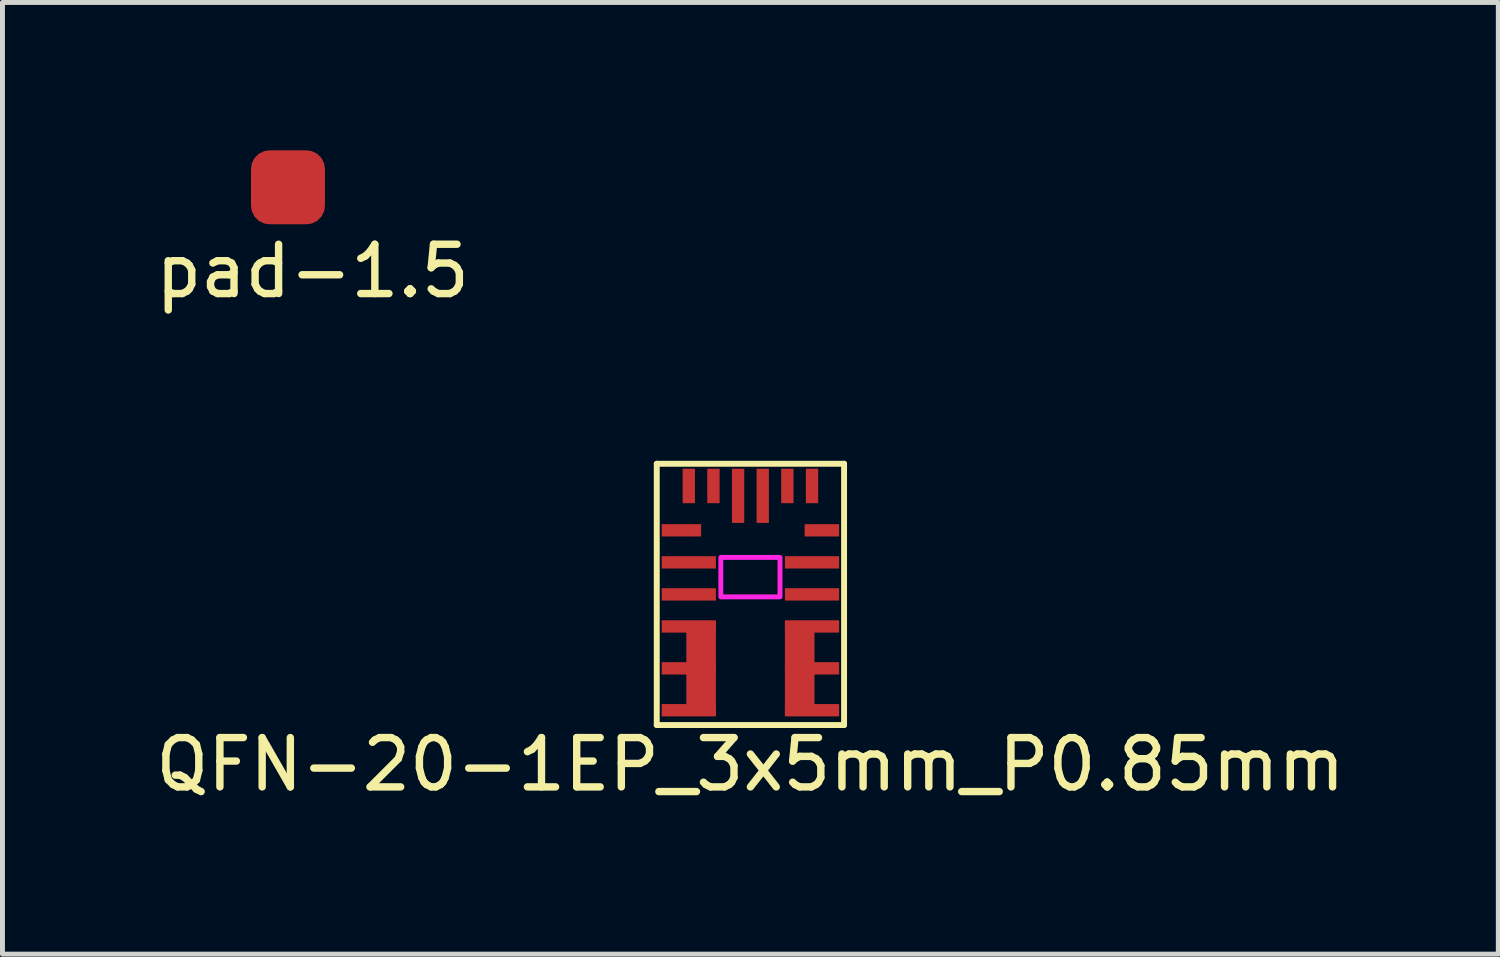
<source format=kicad_pcb>
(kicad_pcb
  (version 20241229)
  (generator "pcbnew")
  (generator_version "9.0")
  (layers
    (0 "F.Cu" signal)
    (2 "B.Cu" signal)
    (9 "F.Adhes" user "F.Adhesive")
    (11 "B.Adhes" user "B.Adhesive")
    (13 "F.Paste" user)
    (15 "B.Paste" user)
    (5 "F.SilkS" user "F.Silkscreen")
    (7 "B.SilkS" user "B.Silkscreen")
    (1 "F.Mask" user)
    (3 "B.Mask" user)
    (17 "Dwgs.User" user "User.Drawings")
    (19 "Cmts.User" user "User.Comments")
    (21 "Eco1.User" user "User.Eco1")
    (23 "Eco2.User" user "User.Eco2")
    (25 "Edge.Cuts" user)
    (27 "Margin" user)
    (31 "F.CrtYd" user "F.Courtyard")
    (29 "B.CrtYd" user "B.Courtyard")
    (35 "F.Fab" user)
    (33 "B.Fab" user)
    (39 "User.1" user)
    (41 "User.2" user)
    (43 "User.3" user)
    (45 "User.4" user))
  (footprint "QFN-20-1EP_3x5mm_P0.85mm"
    (layer "F.Cu")
    (at 12.173 9.258)
    (property "Reference" "QFN-20-1EP_3x5mm_P0.85mm" (at 0 3.2 0) (layer "F.SilkS") (effects (font (size 1 1) (thickness 0.15))))
    (attr smd)
    (fp_poly (pts (xy -0.7 0.3) (xy -0.7 2.2) (xy -1.3 2.2) (xy -1.3 0.3)) (stroke (width 0) (type solid)) (fill yes) (layer "F.Cu"))
    (fp_poly (pts (xy 1.3 0.3) (xy 1.3 2.2) (xy 0.7 2.2) (xy 0.7 0.3)) (stroke (width 0) (type solid)) (fill yes) (layer "F.Cu"))
    (fp_line (start -1.9 -2.9) (end 1.9 -2.9) (stroke (width 0.12) (type solid)) (layer "F.SilkS"))
    (fp_line (start -1.9 2.4) (end -1.9 -2.9) (stroke (width 0.12) (type solid)) (layer "F.SilkS"))
    (fp_line (start 1.9 -2.9) (end 1.9 2.4) (stroke (width 0.12) (type solid)) (layer "F.SilkS"))
    (fp_line (start 1.9 2.4) (end -1.9 2.4) (stroke (width 0.12) (type solid)) (layer "F.SilkS"))
    (fp_poly (pts (xy 0.6 -0.2) (xy -0.6 -0.2) (xy -0.6 -1) (xy 0.6 -1)) (stroke (width 0.1) (type solid)) (fill no) (layer "F.CrtYd"))
    (pad "1" smd rect (at -1.4 -1.55 180) (size 0.8 0.25) (layers "F.Cu" "F.Mask" "F.Paste"))
    (pad "2" smd rect (at -1.25 -0.9) (size 1.1 0.25) (layers "F.Cu" "F.Mask" "F.Paste"))
    (pad "3" smd rect (at -1.25 -0.25) (size 1.1 0.25) (layers "F.Cu" "F.Mask" "F.Paste"))
    (pad "4" smd rect (at -1.25 0.4) (size 1.1 0.25) (layers "F.Cu" "F.Mask" "F.Paste"))
    (pad "5" smd rect (at -1.25 1.25) (size 1.1 0.25) (layers "F.Cu" "F.Mask" "F.Paste"))
    (pad "6" smd rect (at -1.25 2.1) (size 1.1 0.25) (layers "F.Cu" "F.Mask" "F.Paste"))
    (pad "7" smd rect (at 1.25 2.1) (size 1.1 0.25) (layers "F.Cu" "F.Mask" "F.Paste"))
    (pad "8" smd rect (at 1.25 1.25) (size 1.1 0.25) (layers "F.Cu" "F.Mask" "F.Paste"))
    (pad "9" smd rect (at 1.25 0.4) (size 1.1 0.25) (layers "F.Cu" "F.Mask" "F.Paste"))
    (pad "10" smd rect (at 1.25 -0.25) (size 1.1 0.25) (layers "F.Cu" "F.Mask" "F.Paste"))
    (pad "11" smd rect (at 1.25 -0.9 180) (size 1.1 0.25) (layers "F.Cu" "F.Mask" "F.Paste"))
    (pad "12" smd rect (at 1.45 -1.55 180) (size 0.7 0.25) (layers "F.Cu" "F.Mask" "F.Paste"))
    (pad "13" smd rect (at 1.25 -2.45 90) (size 0.7 0.25) (layers "F.Cu" "F.Mask" "F.Paste"))
    (pad "14" smd rect (at 0.75 -2.45 90) (size 0.7 0.25) (layers "F.Cu" "F.Mask" "F.Paste"))
    (pad "15" smd rect (at 0.25 -2.25 90) (size 1.1 0.25) (layers "F.Cu" "F.Mask" "F.Paste"))
    (pad "16" smd rect (at -0.25 -2.25 90) (size 1.1 0.25) (layers "F.Cu" "F.Mask" "F.Paste"))
    (pad "17" smd rect (at -0.75 -2.45 90) (size 0.7 0.25) (layers "F.Cu" "F.Mask" "F.Paste"))
    (pad "18" smd rect (at -1.25 -2.45 90) (size 0.7 0.25) (layers "F.Cu" "F.Mask" "F.Paste")))
  (footprint "pad-1.5"
    (layer "F.Cu")
    (at 2.792 0.75)
    (property "Reference" "pad-1.5" (at 0.5 1.7 0) (layer "F.SilkS") (effects (font (size 1 1) (thickness 0.15))))
    (attr through_hole)
    (pad "1" smd roundrect (at 0 0) (size 1.5 1.5) (layers "F.Cu" "F.Mask" "F.Paste") (roundrect_rratio 0.25)))
  (gr_rect
    (start -3 -3)
    (end 27.345 16.306)
    (stroke (width 0.1) (type default))
    (fill no)
    (layer "Edge.Cuts")))
</source>
